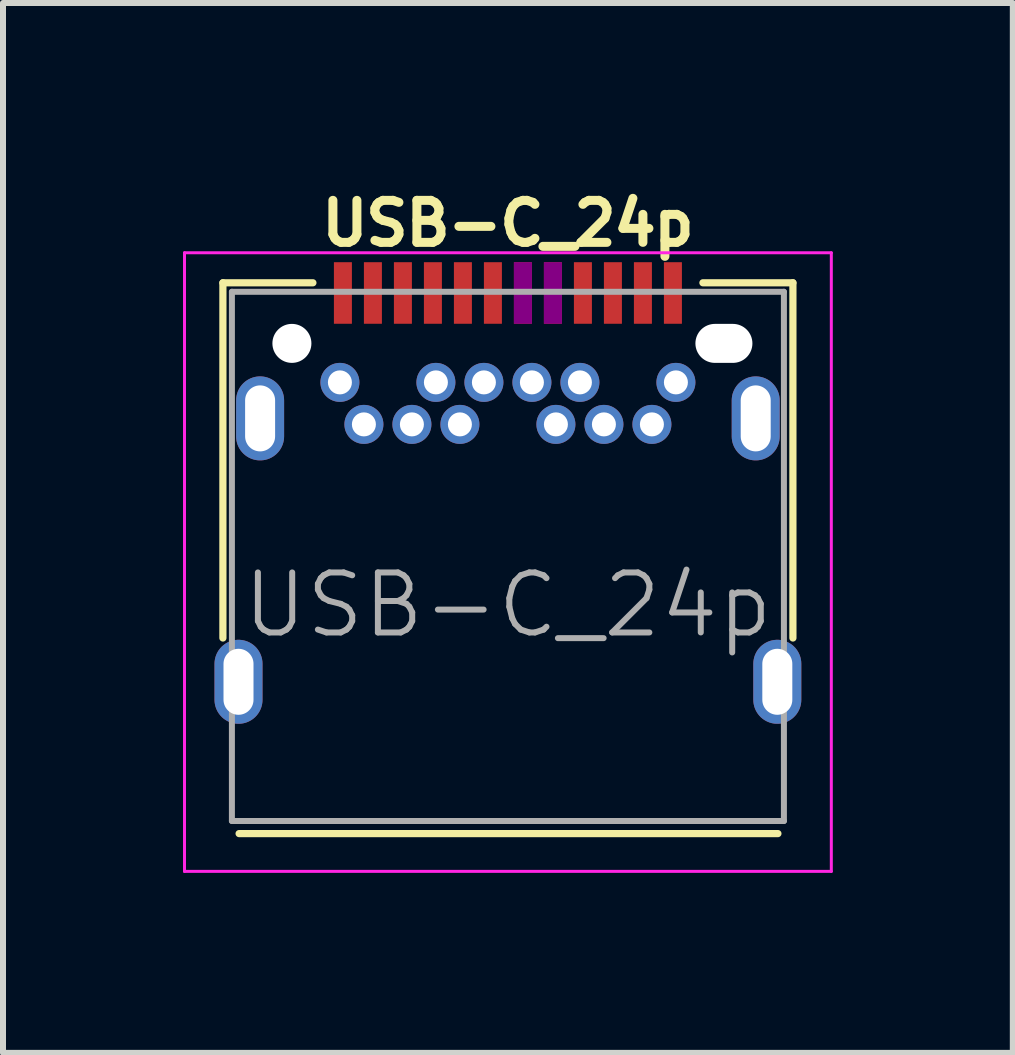
<source format=kicad_pcb>
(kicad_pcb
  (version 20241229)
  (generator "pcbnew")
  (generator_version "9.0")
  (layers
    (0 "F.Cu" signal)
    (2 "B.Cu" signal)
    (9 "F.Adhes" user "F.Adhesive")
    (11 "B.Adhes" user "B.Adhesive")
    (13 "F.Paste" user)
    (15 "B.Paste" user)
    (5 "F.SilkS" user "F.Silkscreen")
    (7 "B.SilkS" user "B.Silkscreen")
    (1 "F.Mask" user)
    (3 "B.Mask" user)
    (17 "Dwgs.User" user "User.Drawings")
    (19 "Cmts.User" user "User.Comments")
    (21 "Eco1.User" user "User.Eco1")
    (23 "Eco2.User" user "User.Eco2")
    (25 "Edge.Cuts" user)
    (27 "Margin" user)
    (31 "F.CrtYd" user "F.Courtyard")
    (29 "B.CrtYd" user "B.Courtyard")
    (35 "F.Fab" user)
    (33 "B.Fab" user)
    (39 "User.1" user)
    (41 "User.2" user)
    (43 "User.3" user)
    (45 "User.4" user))
  (footprint "USB-C_24p"
    (layer "F.Cu")
    (at 5.415 7.033)
    (property "Reference" "USB-C_24p" (at 0 -6.36 180) (layer "F.SilkS") (effects (font (size 0.7 0.7) (thickness 0.15))))
    (attr smd)
    (fp_line (start -4.75 -5.37) (end -4.75 0.55) (stroke (width 0.12) (type solid)) (layer "F.SilkS"))
    (fp_line (start -4.75 -5.37) (end -3.25 -5.37) (stroke (width 0.12) (type solid)) (layer "F.SilkS"))
    (fp_line (start 3.25 -5.37) (end 4.75 -5.37) (stroke (width 0.12) (type solid)) (layer "F.SilkS"))
    (fp_line (start 4.5 3.81) (end -4.48 3.81) (stroke (width 0.12) (type solid)) (layer "F.SilkS"))
    (fp_line (start 4.75 -5.37) (end 4.75 0.55) (stroke (width 0.12) (type solid)) (layer "F.SilkS"))
    (fp_line (start -5.39 -5.87) (end 5.39 -5.87) (stroke (width 0.05) (type solid)) (layer "F.CrtYd"))
    (fp_line (start -5.39 4.44) (end -5.39 -5.87) (stroke (width 0.05) (type solid)) (layer "F.CrtYd"))
    (fp_line (start 5.39 -5.87) (end 5.39 4.44) (stroke (width 0.05) (type solid)) (layer "F.CrtYd"))
    (fp_line (start 5.39 4.44) (end -5.39 4.44) (stroke (width 0.05) (type solid)) (layer "F.CrtYd"))
    (fp_line (start -4.6 -5.22) (end 4.6 -5.22) (stroke (width 0.1) (type solid)) (layer "F.Fab"))
    (fp_line (start -4.6 3.6) (end -4.6 -5.22) (stroke (width 0.1) (type solid)) (layer "F.Fab"))
    (fp_line (start -4.6 3.6) (end 4.6 3.6) (stroke (width 0.1) (type solid)) (layer "F.Fab"))
    (fp_line (start 4.6 3.6) (end 4.6 -5.22) (stroke (width 0.1) (type solid)) (layer "F.Fab"))
    (fp_text user "${REFERENCE}" (at 0 0 180) (layer "F.Fab") (effects (font (size 1 1) (thickness 0.1))))
    (pad "" np_thru_hole circle (at -3.6 -4.36) (size 0.65 0.65) (drill 0.65) (layers "*.Cu" "*.Mask"))
    (pad "" np_thru_hole oval (at 3.6 -4.36) (size 0.95 0.65) (drill oval 0.95 0.65) (layers "*.Cu" "*.Mask"))
    (pad "A1" smd rect (at -2.75 -5.2) (size 0.3 1.026) (layers "F.Cu" "F.Mask" "F.Paste"))
    (pad "A2" smd rect (at -2.25 -5.2) (size 0.3 1.026) (layers "F.Cu" "F.Mask" "F.Paste"))
    (pad "A3" smd rect (at -1.75 -5.2) (size 0.3 1.026) (layers "F.Cu" "F.Mask" "F.Paste"))
    (pad "A4" smd rect (at -1.25 -5.2) (size 0.3 1.026) (layers "F.Cu" "F.Mask" "F.Paste"))
    (pad "A5" smd rect (at -0.75 -5.2) (size 0.3 1.026) (layers "F.Cu" "F.Mask" "F.Paste"))
    (pad "A6" smd rect (at -0.25 -5.2) (size 0.3 1.026) (layers "F.Cu" "F.Mask" "F.Paste"))
    (pad "A7" smd rect (at 0.25 -5.2) (size 0.3 1.026) (layers "F.Cu" "F.Mask" "F.Adhes" "F.Paste"))
    (pad "A8" smd rect (at 0.75 -5.2) (size 0.3 1.026) (layers "F.Cu" "F.Mask" "F.Adhes" "F.Paste"))
    (pad "A9" smd rect (at 1.25 -5.2) (size 0.3 1.026) (layers "F.Cu" "F.Mask" "F.Paste"))
    (pad "A10" smd rect (at 1.75 -5.2) (size 0.3 1.026) (layers "F.Cu" "F.Mask" "F.Paste"))
    (pad "A11" smd rect (at 2.25 -5.2) (size 0.3 1.026) (layers "F.Cu" "F.Mask" "F.Paste"))
    (pad "A12" smd rect (at 2.75 -5.2) (size 0.3 1.026) (layers "F.Cu" "F.Mask" "F.Paste"))
    (pad "B1" thru_hole circle (at 2.8 -3.71) (size 0.65 0.65) (drill 0.4) (layers "*.Cu" "*.Mask"))
    (pad "B2" thru_hole circle (at 2.4 -3.01) (size 0.65 0.65) (drill 0.4) (layers "*.Cu" "*.Mask"))
    (pad "B3" thru_hole circle (at 1.6 -3.01) (size 0.65 0.65) (drill 0.4) (layers "*.Cu" "*.Mask"))
    (pad "B4" thru_hole circle (at 1.2 -3.71) (size 0.65 0.65) (drill 0.4) (layers "*.Cu" "*.Mask"))
    (pad "B5" thru_hole circle (at 0.8 -3.01) (size 0.65 0.65) (drill 0.4) (layers "*.Cu" "*.Mask"))
    (pad "B6" thru_hole circle (at 0.4 -3.71) (size 0.65 0.65) (drill 0.4) (layers "*.Cu" "*.Mask"))
    (pad "B7" thru_hole circle (at -0.4 -3.71) (size 0.65 0.65) (drill 0.4) (layers "*.Cu" "*.Mask"))
    (pad "B8" thru_hole circle (at -0.8 -3.01) (size 0.65 0.65) (drill 0.4) (layers "*.Cu" "*.Mask"))
    (pad "B9" thru_hole circle (at -1.2 -3.71) (size 0.65 0.65) (drill 0.4) (layers "*.Cu" "*.Mask"))
    (pad "B10" thru_hole circle (at -1.6 -3.01) (size 0.65 0.65) (drill 0.4) (layers "*.Cu" "*.Mask"))
    (pad "B11" thru_hole circle (at -2.4 -3.01) (size 0.65 0.65) (drill 0.4) (layers "*.Cu" "*.Mask"))
    (pad "B12" thru_hole circle (at -2.8 -3.71) (size 0.65 0.65) (drill 0.4) (layers "*.Cu" "*.Mask"))
    (pad "S1" thru_hole oval (at -4.49 1.28) (size 0.8 1.4) (drill oval 0.5 1.1) (layers "*.Cu" "*.Mask"))
    (pad "S1" thru_hole oval (at -4.13 -3.11) (size 0.8 1.4) (drill oval 0.5 1.1) (layers "*.Cu" "*.Mask"))
    (pad "S1" thru_hole oval (at 4.13 -3.11) (size 0.8 1.4) (drill oval 0.5 1.1) (layers "*.Cu" "*.Mask"))
    (pad "S1" thru_hole oval (at 4.49 1.28) (size 0.8 1.4) (drill oval 0.5 1.1) (layers "*.Cu" "*.Mask")))
  (gr_rect
    (start -3 -3)
    (end 13.83 14.498)
    (stroke (width 0.1) (type default))
    (fill no)
    (layer "Edge.Cuts")))
</source>
